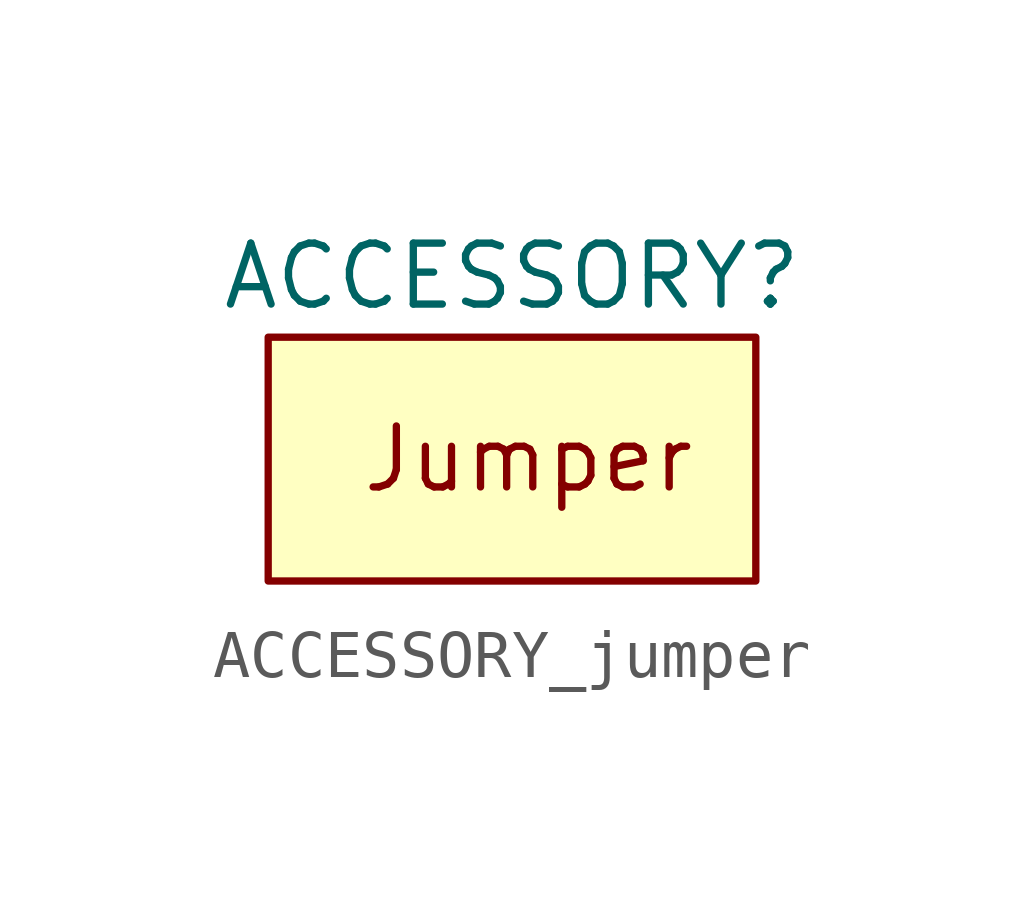
<source format=kicad_sym>
(kicad_symbol_lib
  (version 20220914)
  (generator kicad_symbol_editor)
  (symbol "ACCESSORY_jumper"
    (property "Reference" "ACCESSORY"
      (at 0 3.81 0)
      (effects (font (size 1.27 1.27))))
    (symbol "ACCESSORY_jumper_0_0"
      (text "Jumper" (at -3.175 0 0) (effects (font (size 1.27 1.27)) (justify left))))
    (symbol "ACCESSORY_jumper_0_1"
      (rectangle (start -5.08 2.54) (end 5.08 -2.54) (stroke (width 0) (type default)) (fill (type background))))))
</source>
